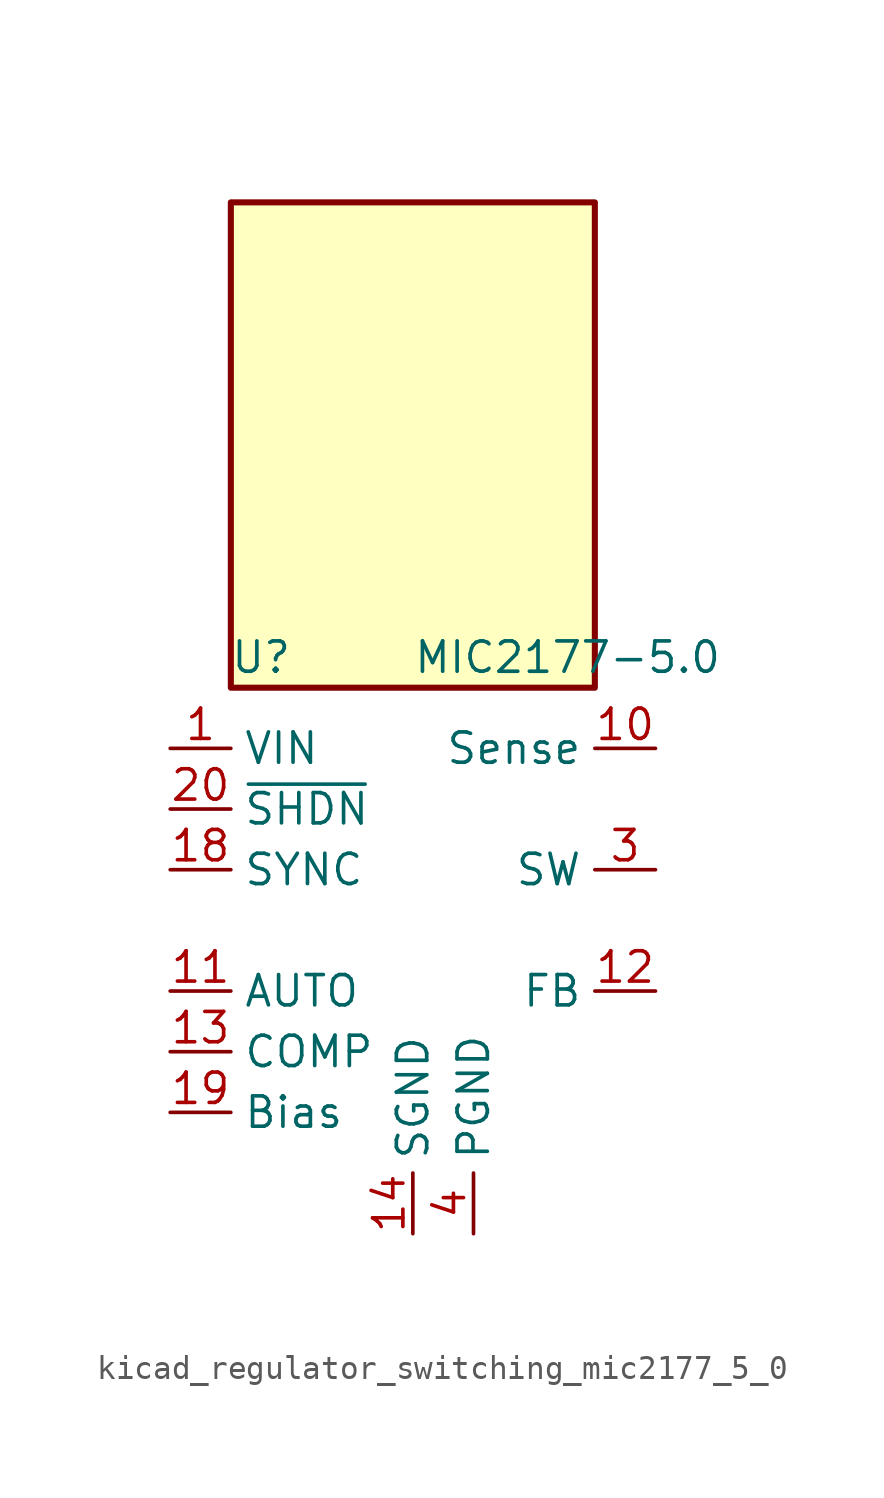
<source format=kicad_sym>
(kicad_symbol_lib
  (version 20220914)
  (generator kicad_symbol_editor)
  (symbol "kicad_regulator_switching_mic2177_5_0"
    (property "Reference" "U"
      (at -6.35 13.97 0)
      (effects (font (size 1.27 1.27))))
    (property "Value" "MIC2177-5.0"
      (at 0 13.97 0)
      (effects (font (size 1.27 1.27)) (justify left)))
    (symbol "kicad_regulator_switching_mic2177_5_0_0_1"
      (rectangle (start 7.62 33.02) (end -7.62 12.7) (stroke (width 0.254) (type default)) (fill (type background))))
    (symbol "kicad_regulator_switching_mic2177_5_0_1_1"
      (pin power_in line (at -10.16 10.16 0) (length 2.54) (name "VIN" (effects (font (size 1.27 1.27)))) (number "1" (effects (font (size 1.27 1.27)))))
      (pin input line (at 10.16 10.16 180) (length 2.54) (name "Sense" (effects (font (size 1.27 1.27)))) (number "10" (effects (font (size 1.27 1.27)))))
      (pin input line (at -10.16 0 0) (length 2.54) (name "AUTO" (effects (font (size 1.27 1.27)))) (number "11" (effects (font (size 1.27 1.27)))))
      (pin input line (at 10.16 0 180) (length 2.54) (name "FB" (effects (font (size 1.27 1.27)))) (number "12" (effects (font (size 1.27 1.27)))))
      (pin input line (at -10.16 -2.54 0) (length 2.54) (name "COMP" (effects (font (size 1.27 1.27)))) (number "13" (effects (font (size 1.27 1.27)))))
      (pin power_in line (at 0 -10.16 90) (length 2.54) (name "SGND" (effects (font (size 1.27 1.27)))) (number "14" (effects (font (size 1.27 1.27)))))
      (pin passive line (at 0 -10.16 90) (length 2.54) hide (name "SGND" (effects (font (size 1.27 1.27)))) (number "15" (effects (font (size 1.27 1.27)))))
      (pin passive line (at 0 -10.16 90) (length 2.54) hide (name "SGND" (effects (font (size 1.27 1.27)))) (number "16" (effects (font (size 1.27 1.27)))))
      (pin passive line (at 0 -10.16 90) (length 2.54) hide (name "SGND" (effects (font (size 1.27 1.27)))) (number "17" (effects (font (size 1.27 1.27)))))
      (pin input line (at -10.16 5.08 0) (length 2.54) (name "SYNC" (effects (font (size 1.27 1.27)))) (number "18" (effects (font (size 1.27 1.27)))))
      (pin input line (at -10.16 -5.08 0) (length 2.54) (name "Bias" (effects (font (size 1.27 1.27)))) (number "19" (effects (font (size 1.27 1.27)))))
      (pin passive line (at -10.16 10.16 0) (length 2.54) hide (name "VIN" (effects (font (size 1.27 1.27)))) (number "2" (effects (font (size 1.27 1.27)))))
      (pin input line (at -10.16 7.62 0) (length 2.54) (name "~{SHDN}" (effects (font (size 1.27 1.27)))) (number "20" (effects (font (size 1.27 1.27)))))
      (pin output line (at 10.16 5.08 180) (length 2.54) (name "SW" (effects (font (size 1.27 1.27)))) (number "3" (effects (font (size 1.27 1.27)))))
      (pin power_in line (at 2.54 -10.16 90) (length 2.54) (name "PGND" (effects (font (size 1.27 1.27)))) (number "4" (effects (font (size 1.27 1.27)))))
      (pin passive line (at 2.54 -10.16 90) (length 2.54) hide (name "PGND" (effects (font (size 1.27 1.27)))) (number "5" (effects (font (size 1.27 1.27)))))
      (pin passive line (at 2.54 -10.16 90) (length 2.54) hide (name "PGND" (effects (font (size 1.27 1.27)))) (number "6" (effects (font (size 1.27 1.27)))))
      (pin passive line (at 2.54 -10.16 90) (length 2.54) hide (name "PGND" (effects (font (size 1.27 1.27)))) (number "7" (effects (font (size 1.27 1.27)))))
      (pin passive line (at 10.16 5.08 180) (length 2.54) hide (name "SW" (effects (font (size 1.27 1.27)))) (number "8" (effects (font (size 1.27 1.27)))))
      (pin passive line (at -10.16 10.16 0) (length 2.54) hide (name "VIN" (effects (font (size 1.27 1.27)))) (number "9" (effects (font (size 1.27 1.27))))))))
</source>
